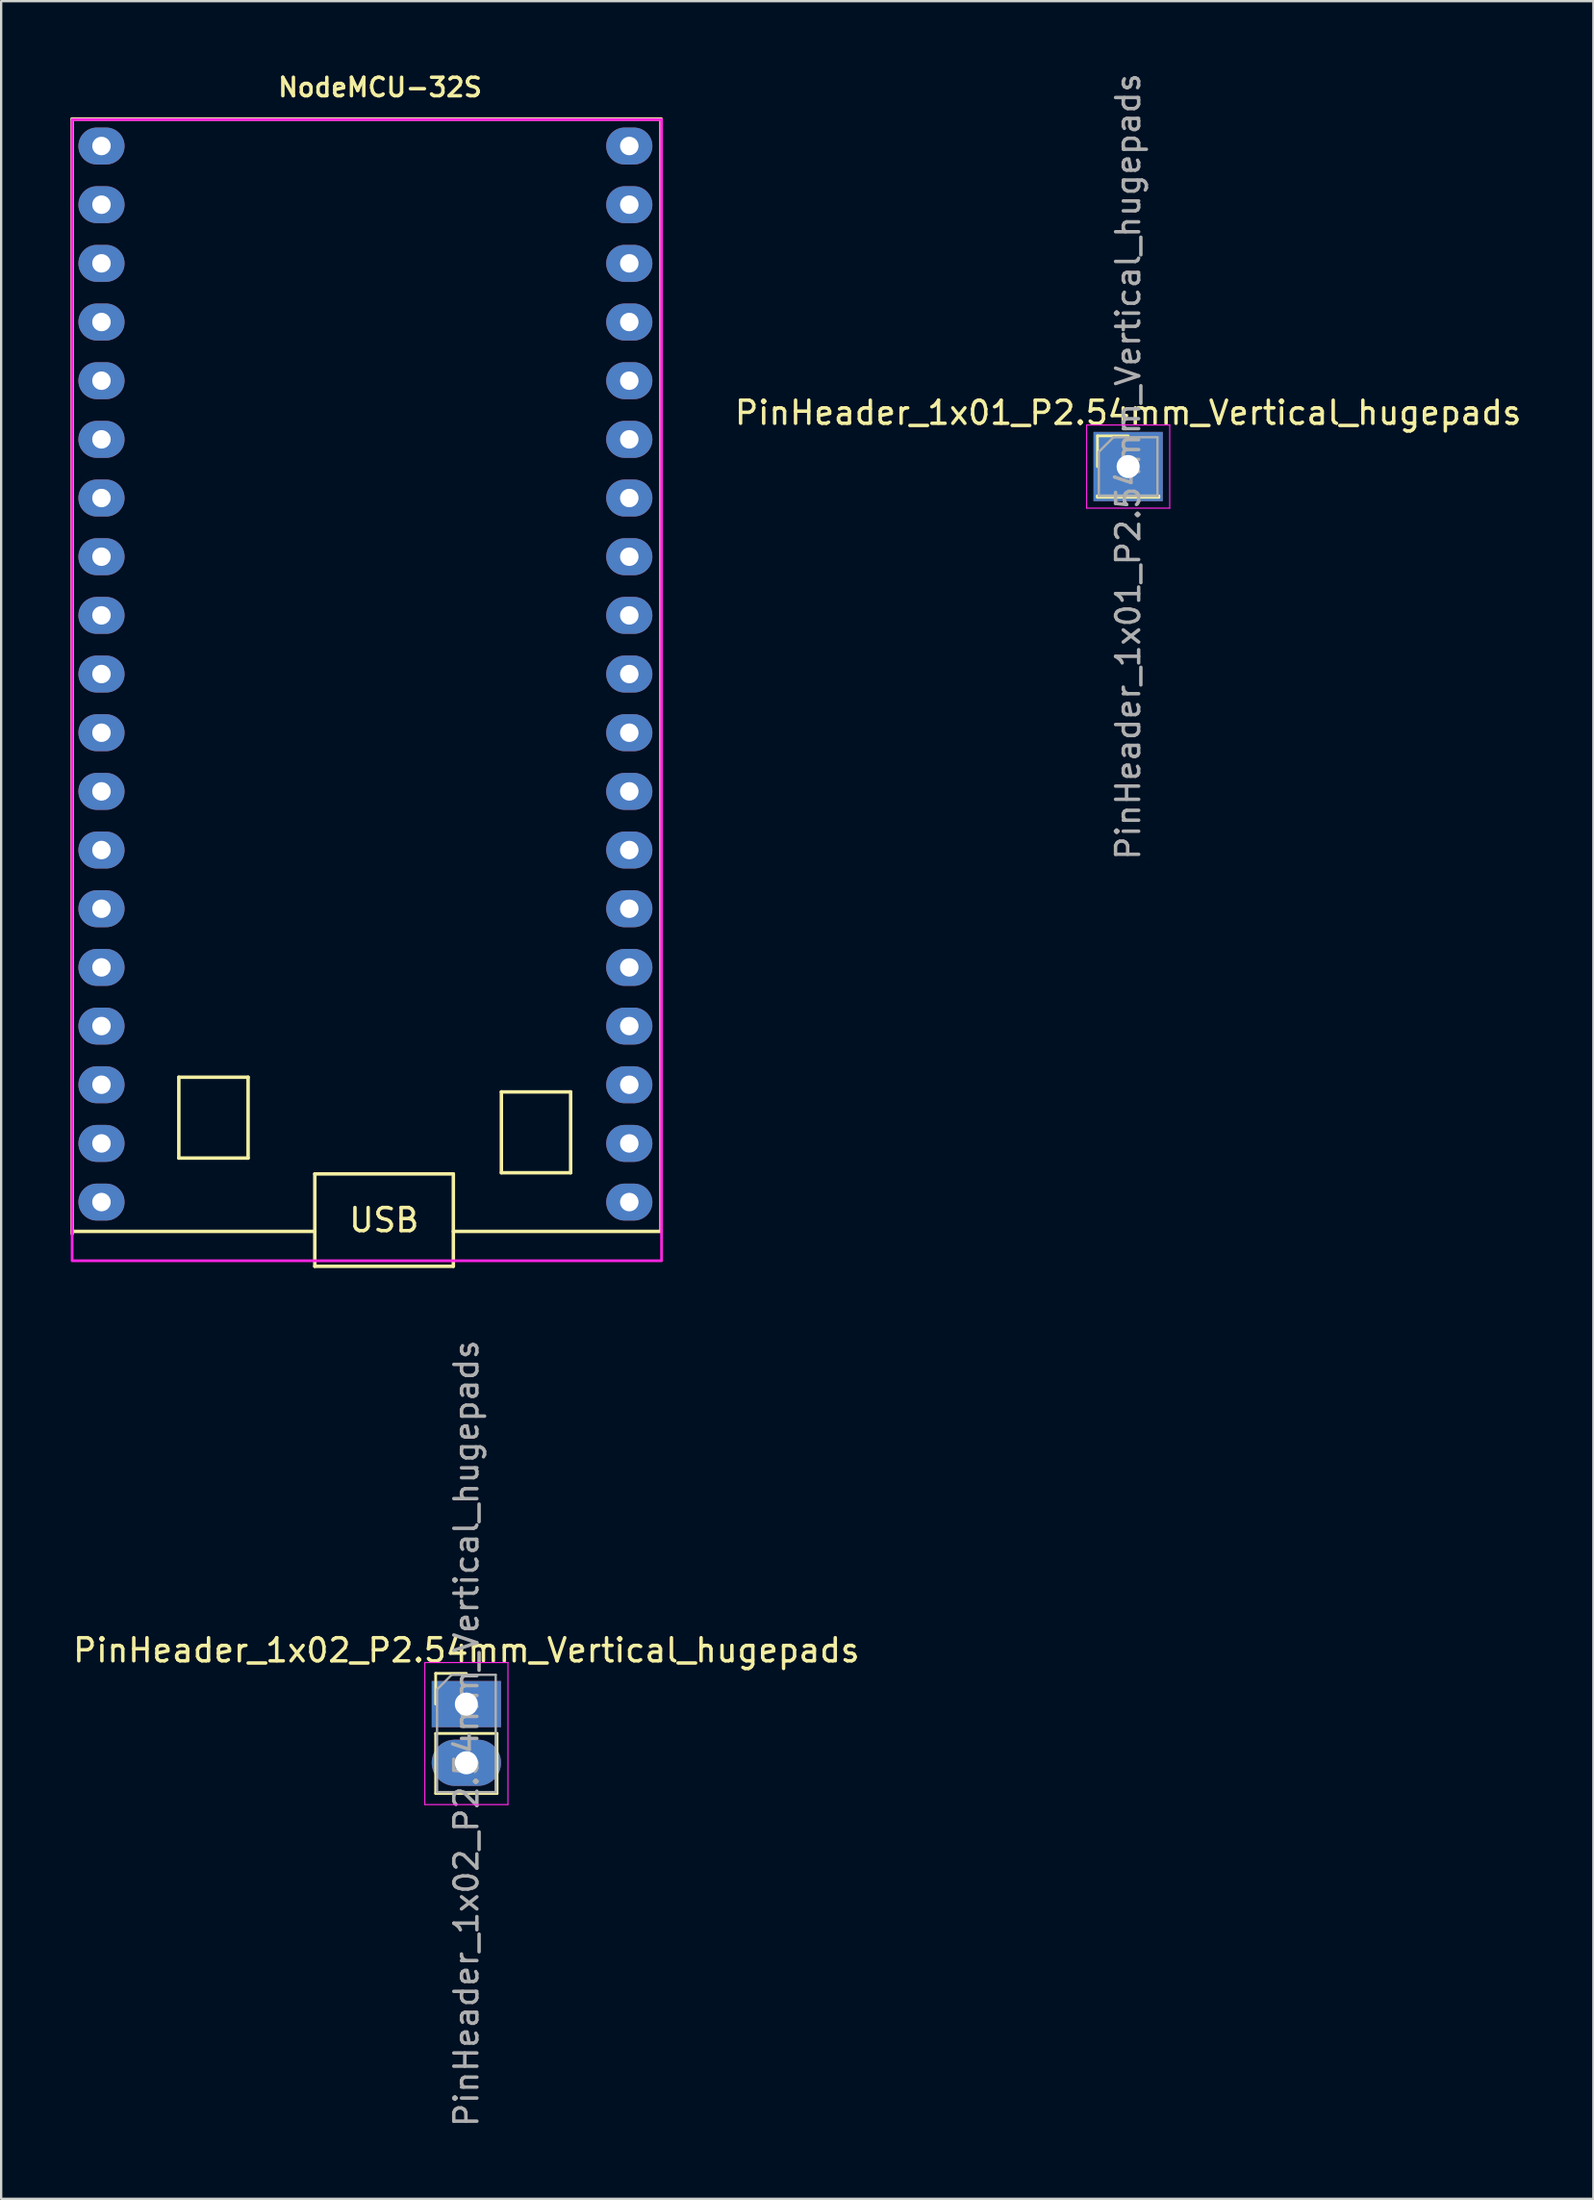
<source format=kicad_pcb>
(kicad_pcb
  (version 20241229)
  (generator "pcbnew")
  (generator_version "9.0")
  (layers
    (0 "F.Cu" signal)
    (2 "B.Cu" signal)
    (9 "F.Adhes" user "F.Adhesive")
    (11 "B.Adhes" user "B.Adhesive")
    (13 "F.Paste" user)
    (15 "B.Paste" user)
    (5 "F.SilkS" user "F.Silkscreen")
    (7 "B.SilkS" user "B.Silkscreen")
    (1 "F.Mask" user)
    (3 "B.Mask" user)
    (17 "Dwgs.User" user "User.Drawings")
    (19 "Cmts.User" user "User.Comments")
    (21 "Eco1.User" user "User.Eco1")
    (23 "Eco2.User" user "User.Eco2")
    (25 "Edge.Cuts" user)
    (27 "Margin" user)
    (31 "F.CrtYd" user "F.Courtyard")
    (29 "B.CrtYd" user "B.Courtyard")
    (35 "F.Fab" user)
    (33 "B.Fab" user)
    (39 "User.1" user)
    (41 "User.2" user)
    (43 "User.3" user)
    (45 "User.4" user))
  (footprint "PinHeader_1x01_P2.54mm_Vertical_hugepads"
    (layer "F.Cu")
    (at 45.811 17.149)
    (property "Reference" "PinHeader_1x01_P2.54mm_Vertical_hugepads" (at 0 -2.33 0) (layer "F.SilkS") (effects (font (size 1 1) (thickness 0.15))))
    (attr through_hole)
    (fp_line (start -1.33 -1.33) (end 0 -1.33) (stroke (width 0.12) (type solid)) (layer "F.SilkS"))
    (fp_line (start -1.33 0) (end -1.33 -1.33) (stroke (width 0.12) (type solid)) (layer "F.SilkS"))
    (fp_line (start -1.33 1.27) (end -1.33 1.33) (stroke (width 0.12) (type solid)) (layer "F.SilkS"))
    (fp_line (start -1.33 1.27) (end 1.33 1.27) (stroke (width 0.12) (type solid)) (layer "F.SilkS"))
    (fp_line (start -1.33 1.33) (end 1.33 1.33) (stroke (width 0.12) (type solid)) (layer "F.SilkS"))
    (fp_line (start 1.33 1.27) (end 1.33 1.33) (stroke (width 0.12) (type solid)) (layer "F.SilkS"))
    (fp_line (start -1.8 -1.8) (end -1.8 1.8) (stroke (width 0.05) (type solid)) (layer "F.CrtYd"))
    (fp_line (start -1.8 1.8) (end 1.8 1.8) (stroke (width 0.05) (type solid)) (layer "F.CrtYd"))
    (fp_line (start 1.8 -1.8) (end -1.8 -1.8) (stroke (width 0.05) (type solid)) (layer "F.CrtYd"))
    (fp_line (start 1.8 1.8) (end 1.8 -1.8) (stroke (width 0.05) (type solid)) (layer "F.CrtYd"))
    (fp_line (start -1.27 -0.635) (end -0.635 -1.27) (stroke (width 0.1) (type solid)) (layer "F.Fab"))
    (fp_line (start -1.27 1.27) (end -1.27 -0.635) (stroke (width 0.1) (type solid)) (layer "F.Fab"))
    (fp_line (start -0.635 -1.27) (end 1.27 -1.27) (stroke (width 0.1) (type solid)) (layer "F.Fab"))
    (fp_line (start 1.27 -1.27) (end 1.27 1.27) (stroke (width 0.1) (type solid)) (layer "F.Fab"))
    (fp_line (start 1.27 1.27) (end -1.27 1.27) (stroke (width 0.1) (type solid)) (layer "F.Fab"))
    (fp_text user "${REFERENCE}" (at 0 0 90) (layer "F.Fab") (effects (font (size 1 1) (thickness 0.15))))
    (pad "1" thru_hole rect (at 0 0) (size 3 3) (drill 1) (layers "*.Cu" "*.Mask")))
  (footprint "NodeMCU-32S"
    (layer "F.Cu")
    (at 16.585 21.051)
    (property "Reference" "NodeMCU-32S" (at -3.175 -20.32 180) (layer "F.SilkS") (effects (font (size 0.8 0.8) (thickness 0.15))))
    (attr through_hole)
    (fp_line (start -16.51 -18.948) (end -16.51 29.312) (stroke (width 0.15) (type solid)) (layer "F.SilkS"))
    (fp_line (start -16.51 29.21) (end -6 29.21) (stroke (width 0.15) (type solid)) (layer "F.SilkS"))
    (fp_line (start -11.89 22.535) (end -11.89 26.035) (stroke (width 0.15) (type solid)) (layer "F.SilkS"))
    (fp_line (start -11.89 26.035) (end -8.89 26.035) (stroke (width 0.15) (type solid)) (layer "F.SilkS"))
    (fp_line (start -8.89 22.535) (end -11.89 22.535) (stroke (width 0.15) (type solid)) (layer "F.SilkS"))
    (fp_line (start -8.89 26.035) (end -8.89 22.535) (stroke (width 0.15) (type solid)) (layer "F.SilkS"))
    (fp_line (start -6 26.72) (end -6 30.72) (stroke (width 0.15) (type solid)) (layer "F.SilkS"))
    (fp_line (start -6 30.72) (end 0 30.72) (stroke (width 0.15) (type solid)) (layer "F.SilkS"))
    (fp_line (start 0 26.72) (end -6 26.72) (stroke (width 0.15) (type solid)) (layer "F.SilkS"))
    (fp_line (start 0 29.21) (end 8.992 29.21) (stroke (width 0.15) (type solid)) (layer "F.SilkS"))
    (fp_line (start 0 30.72) (end 0 26.72) (stroke (width 0.15) (type solid)) (layer "F.SilkS"))
    (fp_line (start 2.08 23.17) (end 2.08 26.67) (stroke (width 0.15) (type solid)) (layer "F.SilkS"))
    (fp_line (start 2.08 26.67) (end 5.08 26.67) (stroke (width 0.15) (type solid)) (layer "F.SilkS"))
    (fp_line (start 5.08 23.17) (end 2.08 23.17) (stroke (width 0.15) (type solid)) (layer "F.SilkS"))
    (fp_line (start 5.08 26.67) (end 5.08 23.17) (stroke (width 0.15) (type solid)) (layer "F.SilkS"))
    (fp_line (start 8.992 -18.948) (end -16.51 -18.948) (stroke (width 0.15) (type solid)) (layer "F.SilkS"))
    (fp_line (start 8.992 29.21) (end 8.992 -18.948) (stroke (width 0.15) (type solid)) (layer "F.SilkS"))
    (fp_rect (start -16.51 -18.923) (end 9.017 30.48) (stroke (width 0.12) (type solid)) (fill no) (layer "F.CrtYd"))
    (fp_text user "USB" (at -3 28.72 180) (layer "F.SilkS") (effects (font (size 1 1) (thickness 0.15))))
    (pad "1" thru_hole oval (at -15.24 -17.78) (size 2 1.6) (drill 0.8) (layers "*.Cu" "*.Mask"))
    (pad "2" thru_hole oval (at -15.24 -15.24) (size 2 1.6) (drill 0.8) (layers "*.Cu" "*.Mask"))
    (pad "3" thru_hole oval (at -15.24 -12.7) (size 2 1.6) (drill 0.8) (layers "*.Cu" "*.Mask"))
    (pad "4" thru_hole oval (at -15.24 -10.16) (size 2 1.6) (drill 0.8) (layers "*.Cu" "*.Mask"))
    (pad "5" thru_hole oval (at -15.24 -7.62) (size 2 1.6) (drill 0.8) (layers "*.Cu" "*.Mask"))
    (pad "6" thru_hole oval (at -15.24 -5.08) (size 2 1.6) (drill 0.8) (layers "*.Cu" "*.Mask"))
    (pad "7" thru_hole oval (at -15.24 -2.54) (size 2 1.6) (drill 0.8) (layers "*.Cu" "*.Mask"))
    (pad "8" thru_hole oval (at -15.24 0) (size 2 1.6) (drill 0.8) (layers "*.Cu" "*.Mask"))
    (pad "9" thru_hole oval (at -15.24 2.54) (size 2 1.6) (drill 0.8) (layers "*.Cu" "*.Mask"))
    (pad "10" thru_hole oval (at -15.24 5.08) (size 2 1.6) (drill 0.8) (layers "*.Cu" "*.Mask"))
    (pad "11" thru_hole oval (at -15.24 7.62) (size 2 1.6) (drill 0.8) (layers "*.Cu" "*.Mask"))
    (pad "12" thru_hole oval (at -15.24 10.16) (size 2 1.6) (drill 0.8) (layers "*.Cu" "*.Mask"))
    (pad "13" thru_hole oval (at -15.24 12.7) (size 2 1.6) (drill 0.8) (layers "*.Cu" "*.Mask"))
    (pad "14" thru_hole oval (at -15.24 15.24) (size 2 1.6) (drill 0.8) (layers "*.Cu" "*.Mask"))
    (pad "15" thru_hole oval (at -15.24 17.78) (size 2 1.6) (drill 0.8) (layers "*.Cu" "*.Mask"))
    (pad "16" thru_hole oval (at -15.24 20.32) (size 2 1.6) (drill 0.8) (layers "*.Cu" "*.Mask"))
    (pad "17" thru_hole oval (at -15.24 22.86) (size 2 1.6) (drill 0.8) (layers "*.Cu" "*.Mask"))
    (pad "18" thru_hole oval (at -15.24 25.4) (size 2 1.6) (drill 0.8) (layers "*.Cu" "*.Mask"))
    (pad "19" thru_hole oval (at -15.24 27.94) (size 2 1.6) (drill 0.8) (layers "*.Cu" "*.Mask"))
    (pad "20" thru_hole oval (at 7.62 27.94 180) (size 2 1.6) (drill 0.8) (layers "*.Cu" "*.Mask"))
    (pad "21" thru_hole oval (at 7.62 25.4 180) (size 2 1.6) (drill 0.8) (layers "*.Cu" "*.Mask"))
    (pad "22" thru_hole oval (at 7.62 22.86 180) (size 2 1.6) (drill 0.8) (layers "*.Cu" "*.Mask"))
    (pad "23" thru_hole oval (at 7.62 20.32 180) (size 2 1.6) (drill 0.8) (layers "*.Cu" "*.Mask"))
    (pad "24" thru_hole oval (at 7.62 17.78 180) (size 2 1.6) (drill 0.8) (layers "*.Cu" "*.Mask"))
    (pad "25" thru_hole oval (at 7.62 15.24 180) (size 2 1.6) (drill 0.8) (layers "*.Cu" "*.Mask"))
    (pad "26" thru_hole oval (at 7.62 12.7 180) (size 2 1.6) (drill 0.8) (layers "*.Cu" "*.Mask"))
    (pad "27" thru_hole oval (at 7.62 10.16 180) (size 2 1.6) (drill 0.8) (layers "*.Cu" "*.Mask"))
    (pad "28" thru_hole oval (at 7.62 7.62 180) (size 2 1.6) (drill 0.8) (layers "*.Cu" "*.Mask"))
    (pad "29" thru_hole oval (at 7.62 5.08 180) (size 2 1.6) (drill 0.8) (layers "*.Cu" "*.Mask"))
    (pad "30" thru_hole oval (at 7.62 2.54 180) (size 2 1.6) (drill 0.8) (layers "*.Cu" "*.Mask"))
    (pad "31" thru_hole oval (at 7.62 0 180) (size 2 1.6) (drill 0.8) (layers "*.Cu" "*.Mask"))
    (pad "32" thru_hole oval (at 7.62 -2.54 180) (size 2 1.6) (drill 0.8) (layers "*.Cu" "*.Mask"))
    (pad "33" thru_hole oval (at 7.62 -5.08 180) (size 2 1.6) (drill 0.8) (layers "*.Cu" "*.Mask"))
    (pad "34" thru_hole oval (at 7.62 -7.62 180) (size 2 1.6) (drill 0.8) (layers "*.Cu" "*.Mask"))
    (pad "35" thru_hole oval (at 7.62 -10.16 180) (size 2 1.6) (drill 0.8) (layers "*.Cu" "*.Mask"))
    (pad "36" thru_hole oval (at 7.62 -12.7 180) (size 2 1.6) (drill 0.8) (layers "*.Cu" "*.Mask"))
    (pad "37" thru_hole oval (at 7.62 -15.24 180) (size 2 1.6) (drill 0.8) (layers "*.Cu" "*.Mask"))
    (pad "38" thru_hole oval (at 7.62 -17.78 180) (size 2 1.6) (drill 0.8) (layers "*.Cu" "*.Mask")))
  (footprint "PinHeader_1x02_P2.54mm_Vertical_hugepads"
    (layer "F.Cu")
    (at 17.149 70.725)
    (property "Reference" "PinHeader_1x02_P2.54mm_Vertical_hugepads" (at 0 -2.33 0) (layer "F.SilkS") (effects (font (size 1 1) (thickness 0.15))))
    (attr through_hole)
    (fp_line (start -1.33 -1.33) (end 0 -1.33) (stroke (width 0.12) (type solid)) (layer "F.SilkS"))
    (fp_line (start -1.33 0) (end -1.33 -1.33) (stroke (width 0.12) (type solid)) (layer "F.SilkS"))
    (fp_line (start -1.33 1.27) (end -1.33 3.87) (stroke (width 0.12) (type solid)) (layer "F.SilkS"))
    (fp_line (start -1.33 1.27) (end 1.33 1.27) (stroke (width 0.12) (type solid)) (layer "F.SilkS"))
    (fp_line (start -1.33 3.87) (end 1.33 3.87) (stroke (width 0.12) (type solid)) (layer "F.SilkS"))
    (fp_line (start 1.33 1.27) (end 1.33 3.87) (stroke (width 0.12) (type solid)) (layer "F.SilkS"))
    (fp_line (start -1.8 -1.8) (end -1.8 4.35) (stroke (width 0.05) (type solid)) (layer "F.CrtYd"))
    (fp_line (start -1.8 4.35) (end 1.8 4.35) (stroke (width 0.05) (type solid)) (layer "F.CrtYd"))
    (fp_line (start 1.8 -1.8) (end -1.8 -1.8) (stroke (width 0.05) (type solid)) (layer "F.CrtYd"))
    (fp_line (start 1.8 4.35) (end 1.8 -1.8) (stroke (width 0.05) (type solid)) (layer "F.CrtYd"))
    (fp_line (start -1.27 -0.635) (end -0.635 -1.27) (stroke (width 0.1) (type solid)) (layer "F.Fab"))
    (fp_line (start -1.27 3.81) (end -1.27 -0.635) (stroke (width 0.1) (type solid)) (layer "F.Fab"))
    (fp_line (start -0.635 -1.27) (end 1.27 -1.27) (stroke (width 0.1) (type solid)) (layer "F.Fab"))
    (fp_line (start 1.27 -1.27) (end 1.27 3.81) (stroke (width 0.1) (type solid)) (layer "F.Fab"))
    (fp_line (start 1.27 3.81) (end -1.27 3.81) (stroke (width 0.1) (type solid)) (layer "F.Fab"))
    (fp_text user "${REFERENCE}" (at 0 1.27 90) (layer "F.Fab") (effects (font (size 1 1) (thickness 0.15))))
    (pad "1" thru_hole rect (at 0 0) (size 3 2) (drill 1) (layers "*.Cu" "*.Mask"))
    (pad "2" thru_hole oval (at 0 2.54) (size 3 2) (drill 1) (layers "*.Cu" "*.Mask")))
  (gr_rect
    (start -3 -3)
    (end 65.96 92.144)
    (stroke (width 0.1) (type default))
    (fill no)
    (layer "Edge.Cuts")))
</source>
